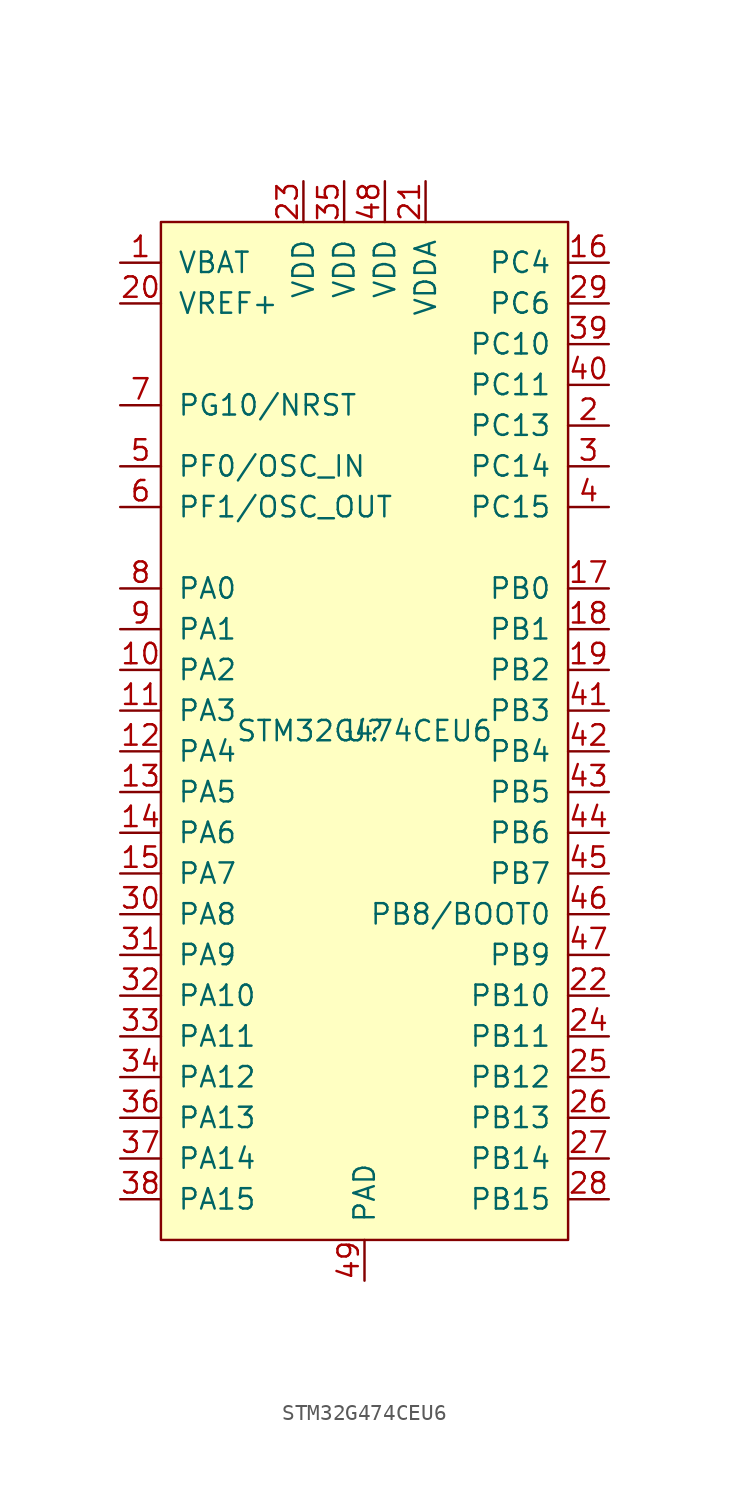
<source format=kicad_sym>
(kicad_symbol_lib
  (version 20211014)
  (generator kicad_symbol_editor)
  (symbol "STM32G474CEU6"
    (pin_names
      (offset 1.016))
    (property "Reference" "U"
      (at 0 0 0)
      (effects (font (size 1.27 1.27))))
    (property "Value" "STM32G474CEU6"
      (at 0 0 0)
      (effects (font (size 1.27 1.27))))
    (symbol "STM32G474CEU6_0_1"
      (rectangle (start -12.7 31.75) (end 12.7 -31.75) (stroke (width 0.152) (type default) (color 0 0 0 0)) (fill (type background))))
    (symbol "STM32G474CEU6_1_1"
      (pin input line (at -15.24 29.21 0) (length 2.54) (name "VBAT" (effects (font (size 1.27 1.27)))) (number "1" (effects (font (size 1.27 1.27)))))
      (pin input line (at -15.24 3.81 0) (length 2.54) (name "PA2" (effects (font (size 1.27 1.27)))) (number "10" (effects (font (size 1.27 1.27)))))
      (pin input line (at -15.24 1.27 0) (length 2.54) (name "PA3" (effects (font (size 1.27 1.27)))) (number "11" (effects (font (size 1.27 1.27)))))
      (pin input line (at -15.24 -1.27 0) (length 2.54) (name "PA4" (effects (font (size 1.27 1.27)))) (number "12" (effects (font (size 1.27 1.27)))))
      (pin input line (at -15.24 -3.81 0) (length 2.54) (name "PA5" (effects (font (size 1.27 1.27)))) (number "13" (effects (font (size 1.27 1.27)))))
      (pin input line (at -15.24 -6.35 0) (length 2.54) (name "PA6" (effects (font (size 1.27 1.27)))) (number "14" (effects (font (size 1.27 1.27)))))
      (pin input line (at -15.24 -8.89 0) (length 2.54) (name "PA7" (effects (font (size 1.27 1.27)))) (number "15" (effects (font (size 1.27 1.27)))))
      (pin input line (at 15.24 29.21 180) (length 2.54) (name "PC4" (effects (font (size 1.27 1.27)))) (number "16" (effects (font (size 1.27 1.27)))))
      (pin input line (at 15.24 8.89 180) (length 2.54) (name "PB0" (effects (font (size 1.27 1.27)))) (number "17" (effects (font (size 1.27 1.27)))))
      (pin input line (at 15.24 6.35 180) (length 2.54) (name "PB1" (effects (font (size 1.27 1.27)))) (number "18" (effects (font (size 1.27 1.27)))))
      (pin input line (at 15.24 3.81 180) (length 2.54) (name "PB2" (effects (font (size 1.27 1.27)))) (number "19" (effects (font (size 1.27 1.27)))))
      (pin input line (at 15.24 19.05 180) (length 2.54) (name "PC13" (effects (font (size 1.27 1.27)))) (number "2" (effects (font (size 1.27 1.27)))))
      (pin input line (at -15.24 26.67 0) (length 2.54) (name "VREF+" (effects (font (size 1.27 1.27)))) (number "20" (effects (font (size 1.27 1.27)))))
      (pin power_in line (at 3.81 34.29 270) (length 2.54) (name "VDDA" (effects (font (size 1.27 1.27)))) (number "21" (effects (font (size 1.27 1.27)))))
      (pin input line (at 15.24 -16.51 180) (length 2.54) (name "PB10" (effects (font (size 1.27 1.27)))) (number "22" (effects (font (size 1.27 1.27)))))
      (pin power_in line (at -3.81 34.29 270) (length 2.54) (name "VDD" (effects (font (size 1.27 1.27)))) (number "23" (effects (font (size 1.27 1.27)))))
      (pin input line (at 15.24 -19.05 180) (length 2.54) (name "PB11" (effects (font (size 1.27 1.27)))) (number "24" (effects (font (size 1.27 1.27)))))
      (pin input line (at 15.24 -21.59 180) (length 2.54) (name "PB12" (effects (font (size 1.27 1.27)))) (number "25" (effects (font (size 1.27 1.27)))))
      (pin input line (at 15.24 -24.13 180) (length 2.54) (name "PB13" (effects (font (size 1.27 1.27)))) (number "26" (effects (font (size 1.27 1.27)))))
      (pin input line (at 15.24 -26.67 180) (length 2.54) (name "PB14" (effects (font (size 1.27 1.27)))) (number "27" (effects (font (size 1.27 1.27)))))
      (pin input line (at 15.24 -29.21 180) (length 2.54) (name "PB15" (effects (font (size 1.27 1.27)))) (number "28" (effects (font (size 1.27 1.27)))))
      (pin input line (at 15.24 26.67 180) (length 2.54) (name "PC6" (effects (font (size 1.27 1.27)))) (number "29" (effects (font (size 1.27 1.27)))))
      (pin input line (at 15.24 16.51 180) (length 2.54) (name "PC14" (effects (font (size 1.27 1.27)))) (number "3" (effects (font (size 1.27 1.27)))))
      (pin input line (at -15.24 -11.43 0) (length 2.54) (name "PA8" (effects (font (size 1.27 1.27)))) (number "30" (effects (font (size 1.27 1.27)))))
      (pin input line (at -15.24 -13.97 0) (length 2.54) (name "PA9" (effects (font (size 1.27 1.27)))) (number "31" (effects (font (size 1.27 1.27)))))
      (pin input line (at -15.24 -16.51 0) (length 2.54) (name "PA10" (effects (font (size 1.27 1.27)))) (number "32" (effects (font (size 1.27 1.27)))))
      (pin input line (at -15.24 -19.05 0) (length 2.54) (name "PA11" (effects (font (size 1.27 1.27)))) (number "33" (effects (font (size 1.27 1.27)))))
      (pin input line (at -15.24 -21.59 0) (length 2.54) (name "PA12" (effects (font (size 1.27 1.27)))) (number "34" (effects (font (size 1.27 1.27)))))
      (pin power_in line (at -1.27 34.29 270) (length 2.54) (name "VDD" (effects (font (size 1.27 1.27)))) (number "35" (effects (font (size 1.27 1.27)))))
      (pin input line (at -15.24 -24.13 0) (length 2.54) (name "PA13" (effects (font (size 1.27 1.27)))) (number "36" (effects (font (size 1.27 1.27)))))
      (pin input line (at -15.24 -26.67 0) (length 2.54) (name "PA14" (effects (font (size 1.27 1.27)))) (number "37" (effects (font (size 1.27 1.27)))))
      (pin input line (at -15.24 -29.21 0) (length 2.54) (name "PA15" (effects (font (size 1.27 1.27)))) (number "38" (effects (font (size 1.27 1.27)))))
      (pin input line (at 15.24 24.13 180) (length 2.54) (name "PC10" (effects (font (size 1.27 1.27)))) (number "39" (effects (font (size 1.27 1.27)))))
      (pin input line (at 15.24 13.97 180) (length 2.54) (name "PC15" (effects (font (size 1.27 1.27)))) (number "4" (effects (font (size 1.27 1.27)))))
      (pin input line (at 15.24 21.59 180) (length 2.54) (name "PC11" (effects (font (size 1.27 1.27)))) (number "40" (effects (font (size 1.27 1.27)))))
      (pin input line (at 15.24 1.27 180) (length 2.54) (name "PB3" (effects (font (size 1.27 1.27)))) (number "41" (effects (font (size 1.27 1.27)))))
      (pin input line (at 15.24 -1.27 180) (length 2.54) (name "PB4" (effects (font (size 1.27 1.27)))) (number "42" (effects (font (size 1.27 1.27)))))
      (pin input line (at 15.24 -3.81 180) (length 2.54) (name "PB5" (effects (font (size 1.27 1.27)))) (number "43" (effects (font (size 1.27 1.27)))))
      (pin input line (at 15.24 -6.35 180) (length 2.54) (name "PB6" (effects (font (size 1.27 1.27)))) (number "44" (effects (font (size 1.27 1.27)))))
      (pin input line (at 15.24 -8.89 180) (length 2.54) (name "PB7" (effects (font (size 1.27 1.27)))) (number "45" (effects (font (size 1.27 1.27)))))
      (pin input line (at 15.24 -11.43 180) (length 2.54) (name "PB8/BOOT0" (effects (font (size 1.27 1.27)))) (number "46" (effects (font (size 1.27 1.27)))))
      (pin input line (at 15.24 -13.97 180) (length 2.54) (name "PB9" (effects (font (size 1.27 1.27)))) (number "47" (effects (font (size 1.27 1.27)))))
      (pin power_in line (at 1.27 34.29 270) (length 2.54) (name "VDD" (effects (font (size 1.27 1.27)))) (number "48" (effects (font (size 1.27 1.27)))))
      (pin power_in line (at 0 -34.29 90) (length 2.54) (name "PAD" (effects (font (size 1.27 1.27)))) (number "49" (effects (font (size 1.27 1.27)))))
      (pin input line (at -15.24 16.51 0) (length 2.54) (name "PF0/OSC_IN" (effects (font (size 1.27 1.27)))) (number "5" (effects (font (size 1.27 1.27)))))
      (pin input line (at -15.24 13.97 0) (length 2.54) (name "PF1/OSC_OUT" (effects (font (size 1.27 1.27)))) (number "6" (effects (font (size 1.27 1.27)))))
      (pin input line (at -15.24 20.32 0) (length 2.54) (name "PG10/NRST" (effects (font (size 1.27 1.27)))) (number "7" (effects (font (size 1.27 1.27)))))
      (pin input line (at -15.24 8.89 0) (length 2.54) (name "PA0" (effects (font (size 1.27 1.27)))) (number "8" (effects (font (size 1.27 1.27)))))
      (pin input line (at -15.24 6.35 0) (length 2.54) (name "PA1" (effects (font (size 1.27 1.27)))) (number "9" (effects (font (size 1.27 1.27))))))))
</source>
